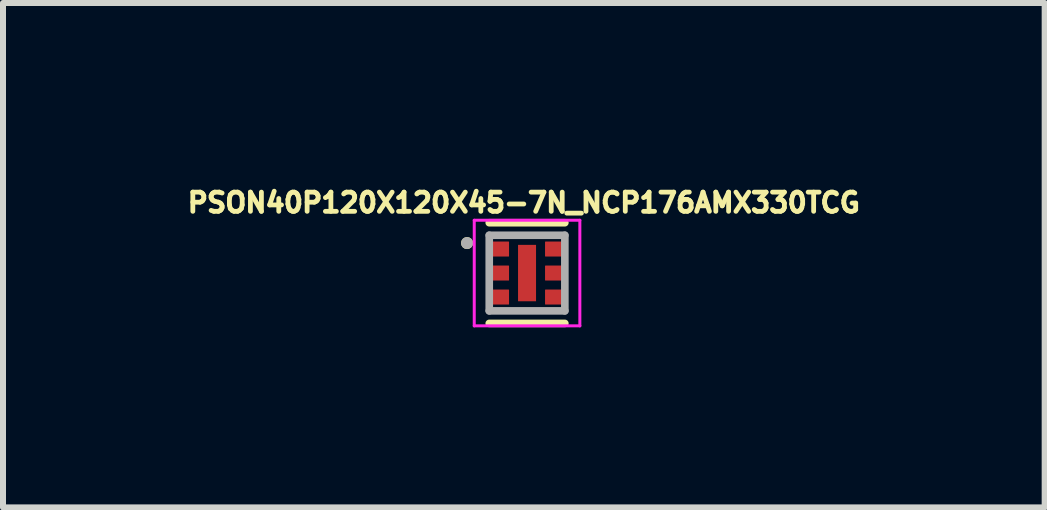
<source format=kicad_pcb>
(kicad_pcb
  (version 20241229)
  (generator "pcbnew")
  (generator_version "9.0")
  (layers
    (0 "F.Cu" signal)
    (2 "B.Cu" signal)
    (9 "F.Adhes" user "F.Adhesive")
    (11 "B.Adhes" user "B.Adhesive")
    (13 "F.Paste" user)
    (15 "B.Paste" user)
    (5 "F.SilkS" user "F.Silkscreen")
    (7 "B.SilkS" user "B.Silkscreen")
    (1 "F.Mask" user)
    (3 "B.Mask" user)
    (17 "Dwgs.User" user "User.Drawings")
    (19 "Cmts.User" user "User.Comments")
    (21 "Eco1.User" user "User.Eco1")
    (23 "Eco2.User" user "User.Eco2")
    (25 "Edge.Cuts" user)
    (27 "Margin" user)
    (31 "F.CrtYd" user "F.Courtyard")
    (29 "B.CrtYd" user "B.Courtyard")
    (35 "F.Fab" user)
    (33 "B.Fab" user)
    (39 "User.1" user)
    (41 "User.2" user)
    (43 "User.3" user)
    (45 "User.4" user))
  (footprint "PSON40P120X120X45-7N_NCP176AMX330TCG"
    (layer "F.Cu")
    (at 5.734 1.501)
    (property "Reference" "PSON40P120X120X45-7N_NCP176AMX330TCG" (at -0.054 -1.173 0) (layer "F.SilkS") (effects (font (size 0.32 0.32) (thickness 0.15))))
    (attr smd)
    (fp_line (start -0.63 -0.839) (end 0.63 -0.839) (stroke (width 0.127) (type solid)) (layer "F.SilkS"))
    (fp_line (start -0.63 0.839) (end 0.63 0.839) (stroke (width 0.127) (type solid)) (layer "F.SilkS"))
    (fp_circle (center -1 -0.5) (end -0.95 -0.5) (stroke (width 0.1) (type solid)) (fill no) (layer "F.SilkS"))
    (fp_poly (pts (xy -0.095 -0.297) (xy 0.095 -0.297) (xy 0.095 0.297) (xy -0.095 0.297)) (stroke (width 0.01) (type solid)) (fill yes) (layer "F.Paste"))
    (fp_line (start -0.88 -0.88) (end 0.88 -0.88) (stroke (width 0.05) (type solid)) (layer "F.CrtYd"))
    (fp_line (start -0.88 0.88) (end -0.88 -0.88) (stroke (width 0.05) (type solid)) (layer "F.CrtYd"))
    (fp_line (start 0.88 -0.88) (end 0.88 0.88) (stroke (width 0.05) (type solid)) (layer "F.CrtYd"))
    (fp_line (start 0.88 0.88) (end -0.88 0.88) (stroke (width 0.05) (type solid)) (layer "F.CrtYd"))
    (fp_line (start -0.63 -0.63) (end 0.63 -0.63) (stroke (width 0.127) (type solid)) (layer "F.Fab"))
    (fp_line (start -0.63 0.63) (end -0.63 -0.63) (stroke (width 0.127) (type solid)) (layer "F.Fab"))
    (fp_line (start 0.63 -0.63) (end 0.63 0.63) (stroke (width 0.127) (type solid)) (layer "F.Fab"))
    (fp_line (start 0.63 0.63) (end -0.63 0.63) (stroke (width 0.127) (type solid)) (layer "F.Fab"))
    (fp_circle (center -1 -0.5) (end -0.95 -0.5) (stroke (width 0.1) (type solid)) (fill no) (layer "F.Fab"))
    (pad "1" smd roundrect (at -0.455 -0.4) (size 0.31 0.25) (layers "F.Cu" "F.Mask" "F.Paste") (roundrect_rratio 0.03))
    (pad "2" smd roundrect (at -0.455 0) (size 0.31 0.25) (layers "F.Cu" "F.Mask" "F.Paste") (roundrect_rratio 0.03))
    (pad "3" smd roundrect (at -0.455 0.4) (size 0.31 0.25) (layers "F.Cu" "F.Mask" "F.Paste") (roundrect_rratio 0.03))
    (pad "4" smd roundrect (at 0.455 0.4) (size 0.31 0.25) (layers "F.Cu" "F.Mask" "F.Paste") (roundrect_rratio 0.03))
    (pad "5" smd roundrect (at 0.455 0) (size 0.31 0.25) (layers "F.Cu" "F.Mask" "F.Paste") (roundrect_rratio 0.03))
    (pad "6" smd roundrect (at 0.455 -0.4) (size 0.31 0.25) (layers "F.Cu" "F.Mask" "F.Paste") (roundrect_rratio 0.03))
    (pad "7" smd rect (at 0 0 90) (size 0.94 0.3) (layers "F.Cu" "F.Mask")))
  (gr_rect
    (start -3 -3)
    (end 14.361 5.406)
    (stroke (width 0.1) (type default))
    (fill no)
    (layer "Edge.Cuts")))
</source>
